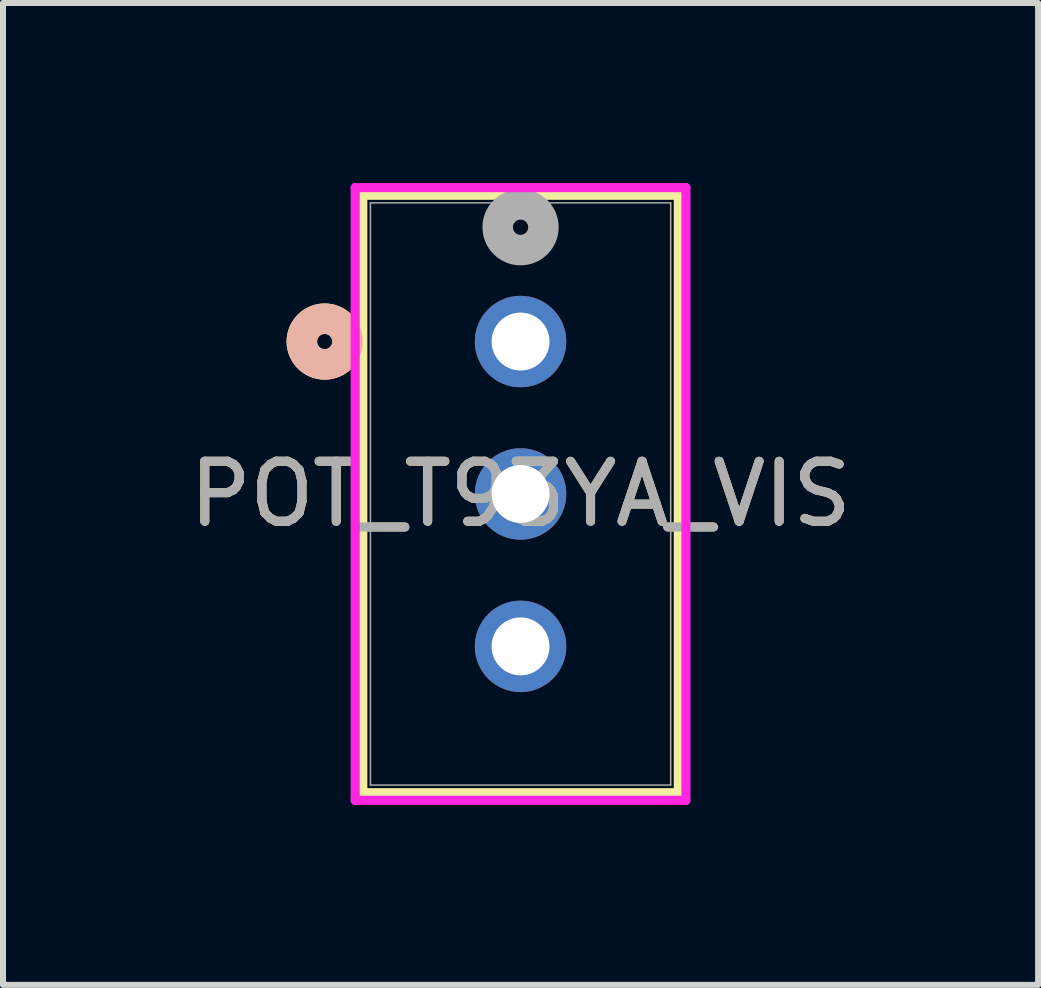
<source format=kicad_pcb>
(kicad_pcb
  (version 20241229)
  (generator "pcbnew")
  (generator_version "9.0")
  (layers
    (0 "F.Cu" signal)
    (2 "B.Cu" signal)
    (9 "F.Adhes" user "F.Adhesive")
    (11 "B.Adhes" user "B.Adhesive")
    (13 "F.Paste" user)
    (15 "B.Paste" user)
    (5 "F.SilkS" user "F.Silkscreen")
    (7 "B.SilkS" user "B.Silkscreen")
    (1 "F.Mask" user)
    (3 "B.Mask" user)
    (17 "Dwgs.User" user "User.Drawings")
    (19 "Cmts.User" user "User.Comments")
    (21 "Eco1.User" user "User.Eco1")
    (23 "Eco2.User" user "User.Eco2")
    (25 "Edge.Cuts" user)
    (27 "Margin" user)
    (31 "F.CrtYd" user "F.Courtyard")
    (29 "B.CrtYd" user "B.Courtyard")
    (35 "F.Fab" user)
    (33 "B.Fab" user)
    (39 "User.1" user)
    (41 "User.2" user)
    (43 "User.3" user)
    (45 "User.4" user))
  (footprint "POT_T93YA_VIS"
    (layer "F.Cu")
    (at 5.625 2.642)
    (property "Reference" "POT_T93YA_VIS" (at 0 2.54 0) (unlocked yes) (layer "F.SilkS") (effects (font (size 1 1) (thickness 0.15))))
    (attr through_hole)
    (fp_line (start -2.629 -2.438) (end -2.629 7.518) (stroke (width 0.152) (type solid)) (layer "F.SilkS"))
    (fp_line (start -2.629 7.518) (end 2.629 7.518) (stroke (width 0.152) (type solid)) (layer "F.SilkS"))
    (fp_line (start 2.629 -2.438) (end -2.629 -2.438) (stroke (width 0.152) (type solid)) (layer "F.SilkS"))
    (fp_line (start 2.629 7.518) (end 2.629 -2.438) (stroke (width 0.152) (type solid)) (layer "F.SilkS"))
    (fp_circle (center -3.264 0) (end -2.883 0) (stroke (width 0.508) (type solid)) (fill no) (layer "F.SilkS"))
    (fp_circle (center -3.264 0) (end -2.883 0) (stroke (width 0.508) (type solid)) (fill no) (layer "B.SilkS"))
    (fp_line (start -2.756 -2.565) (end -2.756 7.645) (stroke (width 0.152) (type solid)) (layer "F.CrtYd"))
    (fp_line (start -2.756 7.645) (end 2.756 7.645) (stroke (width 0.152) (type solid)) (layer "F.CrtYd"))
    (fp_line (start 2.756 -2.565) (end -2.756 -2.565) (stroke (width 0.152) (type solid)) (layer "F.CrtYd"))
    (fp_line (start 2.756 7.645) (end 2.756 -2.565) (stroke (width 0.152) (type solid)) (layer "F.CrtYd"))
    (fp_line (start -2.502 -2.311) (end -2.502 7.391) (stroke (width 0.025) (type solid)) (layer "F.Fab"))
    (fp_line (start -2.502 7.391) (end 2.502 7.391) (stroke (width 0.025) (type solid)) (layer "F.Fab"))
    (fp_line (start 2.502 -2.311) (end -2.502 -2.311) (stroke (width 0.025) (type solid)) (layer "F.Fab"))
    (fp_line (start 2.502 7.391) (end 2.502 -2.311) (stroke (width 0.025) (type solid)) (layer "F.Fab"))
    (fp_circle (center 0 -1.905) (end 0.381 -1.905) (stroke (width 0.508) (type solid)) (fill no) (layer "F.Fab"))
    (fp_text user "${REFERENCE}" (at 0 2.54 0) (unlocked yes) (layer "F.Fab") (effects (font (size 1 1) (thickness 0.15))))
    (pad "1" thru_hole circle (at 0 0) (size 1.524 1.524) (drill 0.965) (layers "*.Cu" "*.Mask"))
    (pad "2" thru_hole circle (at 0 2.54) (size 1.524 1.524) (drill 0.965) (layers "*.Cu" "*.Mask"))
    (pad "3" thru_hole circle (at 0 5.08) (size 1.524 1.524) (drill 0.965) (layers "*.Cu" "*.Mask")))
  (gr_rect
    (start -3 -3)
    (end 14.25 13.363)
    (stroke (width 0.1) (type default))
    (fill no)
    (layer "Edge.Cuts")))
</source>
